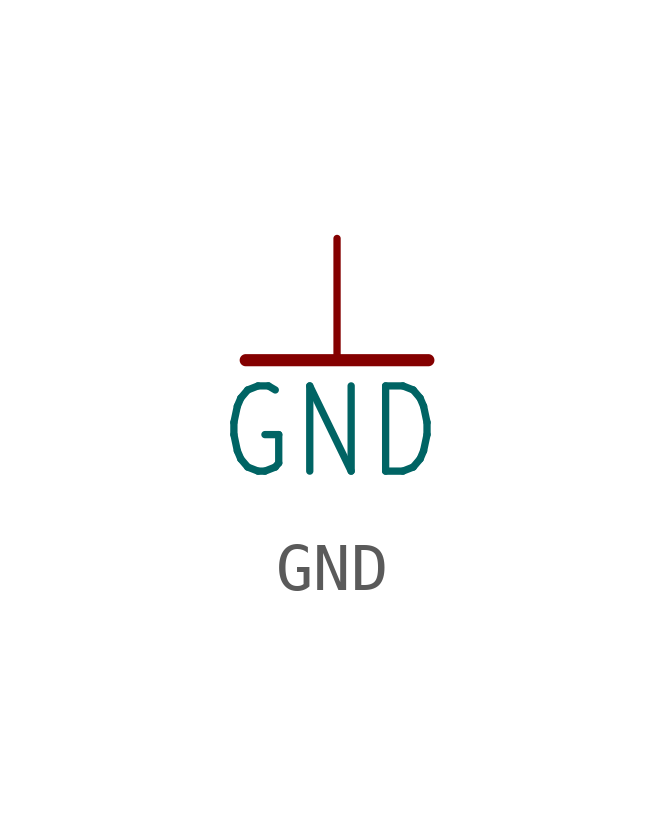
<source format=kicad_sym>
(kicad_symbol_lib
  (version 20220914)
  (generator kicad_symbol_editor)
  (symbol "GND"
    (power)
    (property "Reference" "#GND"
      (at 0 0 0)
      (effects (font (size 1.27 1.27)) hide))
    (property "Value" "GND"
      (at -2.54 -2.54 0)
      (effects (font (size 1.778 1.511)) (justify left bottom)))
    (property "ki_locked" ""
      (at 0 0 0)
      (effects (font (size 1.27 1.27))))
    (symbol "GND_1_0"
      (polyline (pts (xy -1.905 0) (xy 1.905 0)) (stroke (width 0.254) (type default)) (fill (type none)))
      (pin power_in line (at 0 2.54 270) (length 2.54) (name "GND" (effects (font (size 0 0)))) (number "1" (effects (font (size 0 0))))))))
</source>
